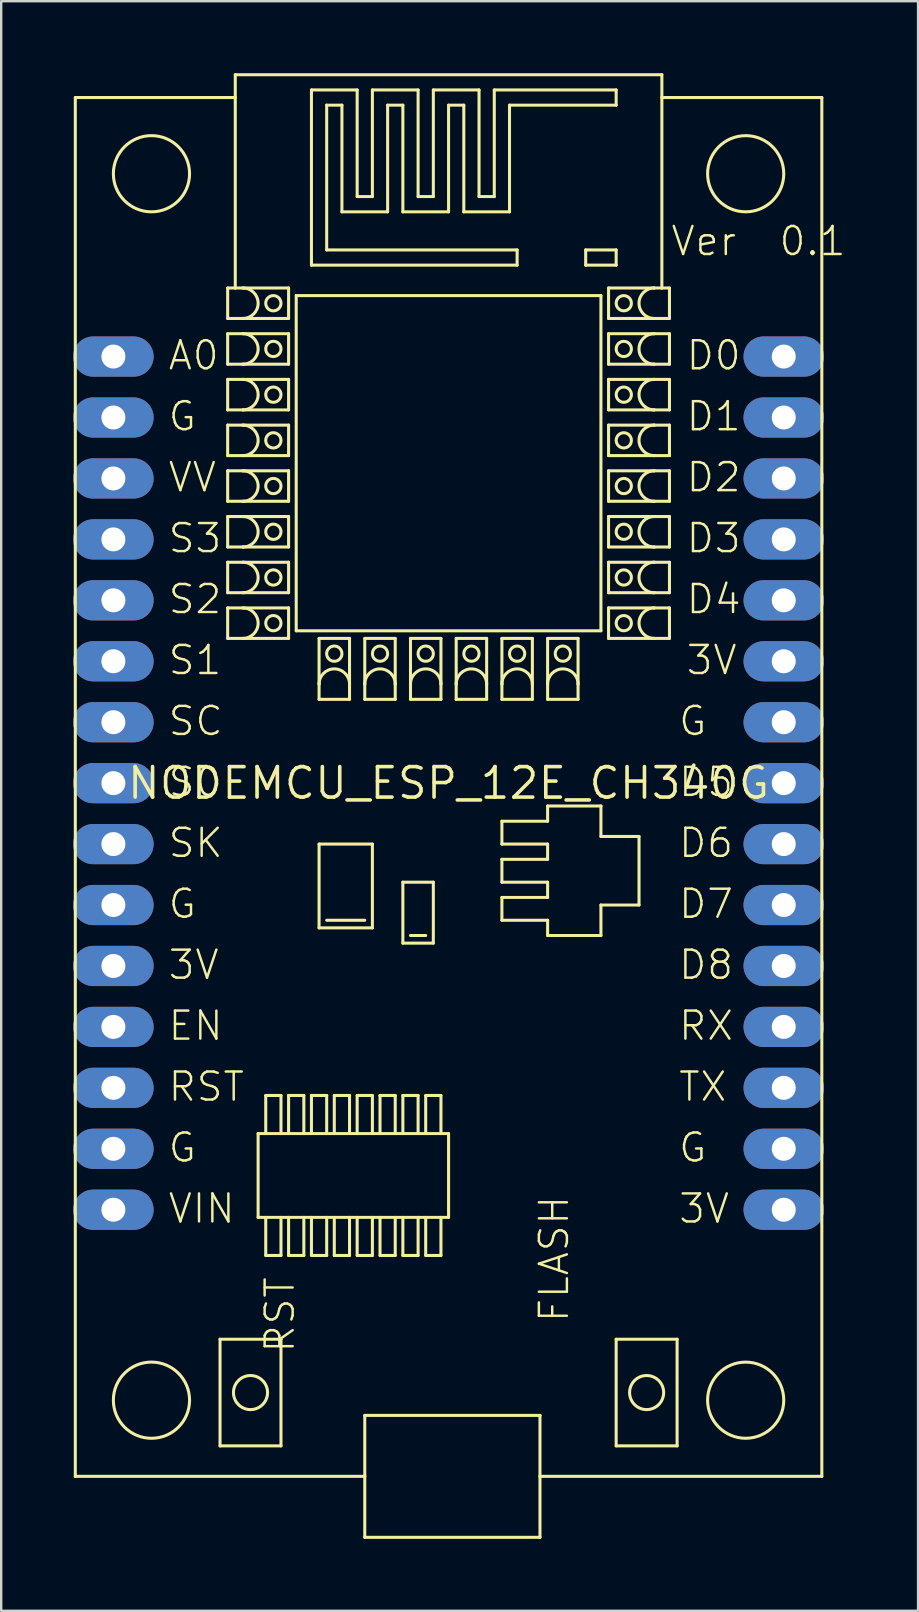
<source format=kicad_pcb>
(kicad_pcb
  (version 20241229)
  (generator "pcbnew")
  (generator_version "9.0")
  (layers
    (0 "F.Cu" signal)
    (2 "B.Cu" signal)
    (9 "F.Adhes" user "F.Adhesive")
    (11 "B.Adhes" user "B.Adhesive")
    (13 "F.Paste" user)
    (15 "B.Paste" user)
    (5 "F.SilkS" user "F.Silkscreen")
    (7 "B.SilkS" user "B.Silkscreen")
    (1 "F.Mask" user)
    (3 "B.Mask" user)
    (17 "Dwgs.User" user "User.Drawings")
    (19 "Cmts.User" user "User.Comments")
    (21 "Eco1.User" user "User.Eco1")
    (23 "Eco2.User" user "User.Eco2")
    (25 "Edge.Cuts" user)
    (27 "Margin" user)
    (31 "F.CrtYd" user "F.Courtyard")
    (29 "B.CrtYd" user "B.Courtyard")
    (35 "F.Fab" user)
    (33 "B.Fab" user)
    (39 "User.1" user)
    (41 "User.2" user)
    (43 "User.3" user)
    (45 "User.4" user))
  (footprint "NODEMCU_ESP_12E_CH340G"
    (layer "F.Cu")
    (at 15.646 29.591)
    (property "Reference" "NODEMCU_ESP_12E_CH340G" (at 0 0 0) (layer "F.SilkS") (effects (font (size 1.27 1.27) (thickness 0.15))))
    (fp_line (start -15.557 -28.575) (end -8.89 -28.575) (stroke (width 0.127) (type solid)) (layer "F.SilkS"))
    (fp_line (start -15.557 28.892) (end -15.557 -28.575) (stroke (width 0.127) (type solid)) (layer "F.SilkS"))
    (fp_line (start -9.525 23.177) (end -6.985 23.177) (stroke (width 0.127) (type solid)) (layer "F.SilkS"))
    (fp_line (start -9.525 27.622) (end -9.525 23.177) (stroke (width 0.127) (type solid)) (layer "F.SilkS"))
    (fp_line (start -9.207 -20.637) (end -8.89 -20.637) (stroke (width 0.127) (type solid)) (layer "F.SilkS"))
    (fp_line (start -9.207 -19.367) (end -9.207 -20.637) (stroke (width 0.127) (type solid)) (layer "F.SilkS"))
    (fp_line (start -9.207 -18.733) (end -8.572 -18.733) (stroke (width 0.127) (type solid)) (layer "F.SilkS"))
    (fp_line (start -9.207 -17.462) (end -9.207 -18.733) (stroke (width 0.127) (type solid)) (layer "F.SilkS"))
    (fp_line (start -9.207 -16.828) (end -8.572 -16.828) (stroke (width 0.127) (type solid)) (layer "F.SilkS"))
    (fp_line (start -9.207 -15.557) (end -9.207 -16.828) (stroke (width 0.127) (type solid)) (layer "F.SilkS"))
    (fp_line (start -9.207 -14.922) (end -8.572 -14.922) (stroke (width 0.127) (type solid)) (layer "F.SilkS"))
    (fp_line (start -9.207 -13.652) (end -9.207 -14.922) (stroke (width 0.127) (type solid)) (layer "F.SilkS"))
    (fp_line (start -9.207 -13.018) (end -8.572 -13.018) (stroke (width 0.127) (type solid)) (layer "F.SilkS"))
    (fp_line (start -9.207 -11.748) (end -9.207 -13.018) (stroke (width 0.127) (type solid)) (layer "F.SilkS"))
    (fp_line (start -9.207 -11.113) (end -8.572 -11.113) (stroke (width 0.127) (type solid)) (layer "F.SilkS"))
    (fp_line (start -9.207 -9.842) (end -9.207 -11.113) (stroke (width 0.127) (type solid)) (layer "F.SilkS"))
    (fp_line (start -9.207 -9.207) (end -8.572 -9.207) (stroke (width 0.127) (type solid)) (layer "F.SilkS"))
    (fp_line (start -9.207 -7.938) (end -9.207 -9.207) (stroke (width 0.127) (type solid)) (layer "F.SilkS"))
    (fp_line (start -9.207 -7.303) (end -8.572 -7.303) (stroke (width 0.127) (type solid)) (layer "F.SilkS"))
    (fp_line (start -9.207 -6.032) (end -9.207 -7.303) (stroke (width 0.127) (type solid)) (layer "F.SilkS"))
    (fp_line (start -8.89 -29.527) (end 8.89 -29.527) (stroke (width 0.127) (type solid)) (layer "F.SilkS"))
    (fp_line (start -8.89 -28.575) (end -8.89 -29.527) (stroke (width 0.127) (type solid)) (layer "F.SilkS"))
    (fp_line (start -8.89 -28.575) (end -8.89 -20.637) (stroke (width 0.127) (type solid)) (layer "F.SilkS"))
    (fp_line (start -8.89 -20.637) (end -8.572 -20.637) (stroke (width 0.127) (type solid)) (layer "F.SilkS"))
    (fp_line (start -8.572 -19.367) (end -9.207 -19.367) (stroke (width 0.127) (type solid)) (layer "F.SilkS"))
    (fp_line (start -8.572 -17.462) (end -9.207 -17.462) (stroke (width 0.127) (type solid)) (layer "F.SilkS"))
    (fp_line (start -8.572 -15.557) (end -9.207 -15.557) (stroke (width 0.127) (type solid)) (layer "F.SilkS"))
    (fp_line (start -8.572 -13.652) (end -9.207 -13.652) (stroke (width 0.127) (type solid)) (layer "F.SilkS"))
    (fp_line (start -8.572 -11.748) (end -9.207 -11.748) (stroke (width 0.127) (type solid)) (layer "F.SilkS"))
    (fp_line (start -8.572 -9.842) (end -9.207 -9.842) (stroke (width 0.127) (type solid)) (layer "F.SilkS"))
    (fp_line (start -8.572 -7.938) (end -9.207 -7.938) (stroke (width 0.127) (type solid)) (layer "F.SilkS"))
    (fp_line (start -8.572 -6.032) (end -9.207 -6.032) (stroke (width 0.127) (type solid)) (layer "F.SilkS"))
    (fp_line (start -7.938 14.605) (end 0 14.605) (stroke (width 0.127) (type solid)) (layer "F.SilkS"))
    (fp_line (start -7.938 18.098) (end -7.938 14.605) (stroke (width 0.127) (type solid)) (layer "F.SilkS"))
    (fp_line (start -7.62 13.018) (end -6.985 13.018) (stroke (width 0.127) (type solid)) (layer "F.SilkS"))
    (fp_line (start -7.62 14.605) (end -7.62 13.018) (stroke (width 0.127) (type solid)) (layer "F.SilkS"))
    (fp_line (start -7.62 19.685) (end -7.62 18.098) (stroke (width 0.127) (type solid)) (layer "F.SilkS"))
    (fp_line (start -6.985 13.018) (end -6.985 14.605) (stroke (width 0.127) (type solid)) (layer "F.SilkS"))
    (fp_line (start -6.985 18.098) (end -6.985 19.685) (stroke (width 0.127) (type solid)) (layer "F.SilkS"))
    (fp_line (start -6.985 19.685) (end -7.62 19.685) (stroke (width 0.127) (type solid)) (layer "F.SilkS"))
    (fp_line (start -6.985 23.177) (end -6.985 27.622) (stroke (width 0.127) (type solid)) (layer "F.SilkS"))
    (fp_line (start -6.985 27.622) (end -9.525 27.622) (stroke (width 0.127) (type solid)) (layer "F.SilkS"))
    (fp_line (start -6.668 -20.637) (end -8.572 -20.637) (stroke (width 0.127) (type solid)) (layer "F.SilkS"))
    (fp_line (start -6.668 -20.637) (end -6.668 -19.367) (stroke (width 0.127) (type solid)) (layer "F.SilkS"))
    (fp_line (start -6.668 -19.367) (end -8.572 -19.367) (stroke (width 0.127) (type solid)) (layer "F.SilkS"))
    (fp_line (start -6.668 -18.733) (end -8.572 -18.733) (stroke (width 0.127) (type solid)) (layer "F.SilkS"))
    (fp_line (start -6.668 -18.733) (end -6.668 -17.462) (stroke (width 0.127) (type solid)) (layer "F.SilkS"))
    (fp_line (start -6.668 -17.462) (end -8.572 -17.462) (stroke (width 0.127) (type solid)) (layer "F.SilkS"))
    (fp_line (start -6.668 -16.828) (end -8.572 -16.828) (stroke (width 0.127) (type solid)) (layer "F.SilkS"))
    (fp_line (start -6.668 -16.828) (end -6.668 -15.557) (stroke (width 0.127) (type solid)) (layer "F.SilkS"))
    (fp_line (start -6.668 -15.557) (end -8.572 -15.557) (stroke (width 0.127) (type solid)) (layer "F.SilkS"))
    (fp_line (start -6.668 -14.922) (end -8.572 -14.922) (stroke (width 0.127) (type solid)) (layer "F.SilkS"))
    (fp_line (start -6.668 -14.922) (end -6.668 -13.652) (stroke (width 0.127) (type solid)) (layer "F.SilkS"))
    (fp_line (start -6.668 -13.652) (end -8.572 -13.652) (stroke (width 0.127) (type solid)) (layer "F.SilkS"))
    (fp_line (start -6.668 -13.018) (end -8.572 -13.018) (stroke (width 0.127) (type solid)) (layer "F.SilkS"))
    (fp_line (start -6.668 -13.018) (end -6.668 -11.748) (stroke (width 0.127) (type solid)) (layer "F.SilkS"))
    (fp_line (start -6.668 -11.748) (end -8.572 -11.748) (stroke (width 0.127) (type solid)) (layer "F.SilkS"))
    (fp_line (start -6.668 -11.113) (end -8.572 -11.113) (stroke (width 0.127) (type solid)) (layer "F.SilkS"))
    (fp_line (start -6.668 -11.113) (end -6.668 -9.842) (stroke (width 0.127) (type solid)) (layer "F.SilkS"))
    (fp_line (start -6.668 -9.842) (end -8.572 -9.842) (stroke (width 0.127) (type solid)) (layer "F.SilkS"))
    (fp_line (start -6.668 -9.207) (end -8.572 -9.207) (stroke (width 0.127) (type solid)) (layer "F.SilkS"))
    (fp_line (start -6.668 -9.207) (end -6.668 -7.938) (stroke (width 0.127) (type solid)) (layer "F.SilkS"))
    (fp_line (start -6.668 -7.938) (end -8.572 -7.938) (stroke (width 0.127) (type solid)) (layer "F.SilkS"))
    (fp_line (start -6.668 -7.303) (end -8.572 -7.303) (stroke (width 0.127) (type solid)) (layer "F.SilkS"))
    (fp_line (start -6.668 -7.303) (end -6.668 -6.032) (stroke (width 0.127) (type solid)) (layer "F.SilkS"))
    (fp_line (start -6.668 -6.032) (end -8.572 -6.032) (stroke (width 0.127) (type solid)) (layer "F.SilkS"))
    (fp_line (start -6.668 13.018) (end -6.032 13.018) (stroke (width 0.127) (type solid)) (layer "F.SilkS"))
    (fp_line (start -6.668 14.605) (end -6.668 13.018) (stroke (width 0.127) (type solid)) (layer "F.SilkS"))
    (fp_line (start -6.668 19.685) (end -6.668 18.098) (stroke (width 0.127) (type solid)) (layer "F.SilkS"))
    (fp_line (start -6.35 -20.32) (end -6.35 -6.35) (stroke (width 0.127) (type solid)) (layer "F.SilkS"))
    (fp_line (start -6.35 -6.35) (end 6.35 -6.35) (stroke (width 0.127) (type solid)) (layer "F.SilkS"))
    (fp_line (start -6.032 13.018) (end -6.032 14.605) (stroke (width 0.127) (type solid)) (layer "F.SilkS"))
    (fp_line (start -6.032 18.098) (end -6.032 19.685) (stroke (width 0.127) (type solid)) (layer "F.SilkS"))
    (fp_line (start -6.032 19.685) (end -6.668 19.685) (stroke (width 0.127) (type solid)) (layer "F.SilkS"))
    (fp_line (start -5.715 -28.892) (end -3.81 -28.892) (stroke (width 0.127) (type solid)) (layer "F.SilkS"))
    (fp_line (start -5.715 -21.59) (end -5.715 -28.892) (stroke (width 0.127) (type solid)) (layer "F.SilkS"))
    (fp_line (start -5.715 13.018) (end -5.08 13.018) (stroke (width 0.127) (type solid)) (layer "F.SilkS"))
    (fp_line (start -5.715 14.605) (end -5.715 13.018) (stroke (width 0.127) (type solid)) (layer "F.SilkS"))
    (fp_line (start -5.715 19.685) (end -5.715 18.098) (stroke (width 0.127) (type solid)) (layer "F.SilkS"))
    (fp_line (start -5.397 -6.032) (end -5.397 -4.128) (stroke (width 0.127) (type solid)) (layer "F.SilkS"))
    (fp_line (start -5.397 -6.032) (end -4.128 -6.032) (stroke (width 0.127) (type solid)) (layer "F.SilkS"))
    (fp_line (start -5.397 -3.493) (end -5.397 -4.128) (stroke (width 0.127) (type solid)) (layer "F.SilkS"))
    (fp_line (start -5.397 2.54) (end -5.397 6.032) (stroke (width 0.127) (type solid)) (layer "F.SilkS"))
    (fp_line (start -5.397 6.032) (end -3.175 6.032) (stroke (width 0.127) (type solid)) (layer "F.SilkS"))
    (fp_line (start -5.08 -28.258) (end -5.08 -22.225) (stroke (width 0.127) (type solid)) (layer "F.SilkS"))
    (fp_line (start -5.08 -22.225) (end 2.857 -22.225) (stroke (width 0.127) (type solid)) (layer "F.SilkS"))
    (fp_line (start -5.08 5.715) (end -3.493 5.715) (stroke (width 0.127) (type solid)) (layer "F.SilkS"))
    (fp_line (start -5.08 13.018) (end -5.08 14.605) (stroke (width 0.127) (type solid)) (layer "F.SilkS"))
    (fp_line (start -5.08 18.098) (end -5.08 19.685) (stroke (width 0.127) (type solid)) (layer "F.SilkS"))
    (fp_line (start -5.08 19.685) (end -5.715 19.685) (stroke (width 0.127) (type solid)) (layer "F.SilkS"))
    (fp_line (start -4.763 13.018) (end -4.128 13.018) (stroke (width 0.127) (type solid)) (layer "F.SilkS"))
    (fp_line (start -4.763 14.605) (end -4.763 13.018) (stroke (width 0.127) (type solid)) (layer "F.SilkS"))
    (fp_line (start -4.763 19.685) (end -4.763 18.098) (stroke (width 0.127) (type solid)) (layer "F.SilkS"))
    (fp_line (start -4.445 -28.258) (end -5.08 -28.258) (stroke (width 0.127) (type solid)) (layer "F.SilkS"))
    (fp_line (start -4.445 -23.812) (end -4.445 -28.258) (stroke (width 0.127) (type solid)) (layer "F.SilkS"))
    (fp_line (start -4.128 -6.032) (end -4.128 -4.128) (stroke (width 0.127) (type solid)) (layer "F.SilkS"))
    (fp_line (start -4.128 -4.128) (end -4.128 -3.493) (stroke (width 0.127) (type solid)) (layer "F.SilkS"))
    (fp_line (start -4.128 -3.493) (end -5.397 -3.493) (stroke (width 0.127) (type solid)) (layer "F.SilkS"))
    (fp_line (start -4.128 13.018) (end -4.128 14.605) (stroke (width 0.127) (type solid)) (layer "F.SilkS"))
    (fp_line (start -4.128 18.098) (end -4.128 19.685) (stroke (width 0.127) (type solid)) (layer "F.SilkS"))
    (fp_line (start -4.128 19.685) (end -4.763 19.685) (stroke (width 0.127) (type solid)) (layer "F.SilkS"))
    (fp_line (start -3.81 -28.892) (end -3.81 -24.448) (stroke (width 0.127) (type solid)) (layer "F.SilkS"))
    (fp_line (start -3.81 -24.448) (end -3.175 -24.448) (stroke (width 0.127) (type solid)) (layer "F.SilkS"))
    (fp_line (start -3.81 13.018) (end -3.175 13.018) (stroke (width 0.127) (type solid)) (layer "F.SilkS"))
    (fp_line (start -3.81 14.605) (end -3.81 13.018) (stroke (width 0.127) (type solid)) (layer "F.SilkS"))
    (fp_line (start -3.81 19.685) (end -3.81 18.098) (stroke (width 0.127) (type solid)) (layer "F.SilkS"))
    (fp_line (start -3.493 -6.032) (end -3.493 -4.128) (stroke (width 0.127) (type solid)) (layer "F.SilkS"))
    (fp_line (start -3.493 -6.032) (end -2.223 -6.032) (stroke (width 0.127) (type solid)) (layer "F.SilkS"))
    (fp_line (start -3.493 -3.493) (end -3.493 -4.128) (stroke (width 0.127) (type solid)) (layer "F.SilkS"))
    (fp_line (start -3.493 26.352) (end 3.81 26.352) (stroke (width 0.127) (type solid)) (layer "F.SilkS"))
    (fp_line (start -3.493 28.892) (end -15.557 28.892) (stroke (width 0.127) (type solid)) (layer "F.SilkS"))
    (fp_line (start -3.493 28.892) (end -3.493 26.352) (stroke (width 0.127) (type solid)) (layer "F.SilkS"))
    (fp_line (start -3.493 31.433) (end -3.493 28.892) (stroke (width 0.127) (type solid)) (layer "F.SilkS"))
    (fp_line (start -3.493 31.433) (end 3.81 31.433) (stroke (width 0.127) (type solid)) (layer "F.SilkS"))
    (fp_line (start -3.175 -28.892) (end -1.27 -28.892) (stroke (width 0.127) (type solid)) (layer "F.SilkS"))
    (fp_line (start -3.175 -24.448) (end -3.175 -28.892) (stroke (width 0.127) (type solid)) (layer "F.SilkS"))
    (fp_line (start -3.175 2.54) (end -5.397 2.54) (stroke (width 0.127) (type solid)) (layer "F.SilkS"))
    (fp_line (start -3.175 6.032) (end -3.175 2.54) (stroke (width 0.127) (type solid)) (layer "F.SilkS"))
    (fp_line (start -3.175 13.018) (end -3.175 14.605) (stroke (width 0.127) (type solid)) (layer "F.SilkS"))
    (fp_line (start -3.175 18.098) (end -3.175 19.685) (stroke (width 0.127) (type solid)) (layer "F.SilkS"))
    (fp_line (start -3.175 19.685) (end -3.81 19.685) (stroke (width 0.127) (type solid)) (layer "F.SilkS"))
    (fp_line (start -2.857 13.018) (end -2.223 13.018) (stroke (width 0.127) (type solid)) (layer "F.SilkS"))
    (fp_line (start -2.857 14.605) (end -2.857 13.018) (stroke (width 0.127) (type solid)) (layer "F.SilkS"))
    (fp_line (start -2.857 19.685) (end -2.857 18.098) (stroke (width 0.127) (type solid)) (layer "F.SilkS"))
    (fp_line (start -2.54 -28.258) (end -2.54 -23.812) (stroke (width 0.127) (type solid)) (layer "F.SilkS"))
    (fp_line (start -2.54 -23.812) (end -4.445 -23.812) (stroke (width 0.127) (type solid)) (layer "F.SilkS"))
    (fp_line (start -2.223 -6.032) (end -2.223 -4.128) (stroke (width 0.127) (type solid)) (layer "F.SilkS"))
    (fp_line (start -2.223 -4.128) (end -2.223 -3.493) (stroke (width 0.127) (type solid)) (layer "F.SilkS"))
    (fp_line (start -2.223 -3.493) (end -3.493 -3.493) (stroke (width 0.127) (type solid)) (layer "F.SilkS"))
    (fp_line (start -2.223 13.018) (end -2.223 14.605) (stroke (width 0.127) (type solid)) (layer "F.SilkS"))
    (fp_line (start -2.223 18.098) (end -2.223 19.685) (stroke (width 0.127) (type solid)) (layer "F.SilkS"))
    (fp_line (start -2.223 19.685) (end -2.857 19.685) (stroke (width 0.127) (type solid)) (layer "F.SilkS"))
    (fp_line (start -1.905 -28.258) (end -2.54 -28.258) (stroke (width 0.127) (type solid)) (layer "F.SilkS"))
    (fp_line (start -1.905 -23.812) (end -1.905 -28.258) (stroke (width 0.127) (type solid)) (layer "F.SilkS"))
    (fp_line (start -1.905 4.128) (end -1.905 6.668) (stroke (width 0.127) (type solid)) (layer "F.SilkS"))
    (fp_line (start -1.905 6.668) (end -0.635 6.668) (stroke (width 0.127) (type solid)) (layer "F.SilkS"))
    (fp_line (start -1.905 13.018) (end -1.27 13.018) (stroke (width 0.127) (type solid)) (layer "F.SilkS"))
    (fp_line (start -1.905 14.605) (end -1.905 13.018) (stroke (width 0.127) (type solid)) (layer "F.SilkS"))
    (fp_line (start -1.905 19.685) (end -1.905 18.098) (stroke (width 0.127) (type solid)) (layer "F.SilkS"))
    (fp_line (start -1.587 -6.032) (end -1.587 -4.128) (stroke (width 0.127) (type solid)) (layer "F.SilkS"))
    (fp_line (start -1.587 -6.032) (end -0.318 -6.032) (stroke (width 0.127) (type solid)) (layer "F.SilkS"))
    (fp_line (start -1.587 -3.493) (end -1.587 -4.128) (stroke (width 0.127) (type solid)) (layer "F.SilkS"))
    (fp_line (start -1.587 6.35) (end -0.953 6.35) (stroke (width 0.127) (type solid)) (layer "F.SilkS"))
    (fp_line (start -1.27 -28.892) (end -1.27 -24.448) (stroke (width 0.127) (type solid)) (layer "F.SilkS"))
    (fp_line (start -1.27 -24.448) (end -0.635 -24.448) (stroke (width 0.127) (type solid)) (layer "F.SilkS"))
    (fp_line (start -1.27 13.018) (end -1.27 14.605) (stroke (width 0.127) (type solid)) (layer "F.SilkS"))
    (fp_line (start -1.27 18.098) (end -1.27 19.685) (stroke (width 0.127) (type solid)) (layer "F.SilkS"))
    (fp_line (start -1.27 19.685) (end -1.905 19.685) (stroke (width 0.127) (type solid)) (layer "F.SilkS"))
    (fp_line (start -0.953 13.018) (end -0.318 13.018) (stroke (width 0.127) (type solid)) (layer "F.SilkS"))
    (fp_line (start -0.953 14.605) (end -0.953 13.018) (stroke (width 0.127) (type solid)) (layer "F.SilkS"))
    (fp_line (start -0.953 19.685) (end -0.953 18.098) (stroke (width 0.127) (type solid)) (layer "F.SilkS"))
    (fp_line (start -0.635 -28.892) (end 1.27 -28.892) (stroke (width 0.127) (type solid)) (layer "F.SilkS"))
    (fp_line (start -0.635 -24.448) (end -0.635 -28.892) (stroke (width 0.127) (type solid)) (layer "F.SilkS"))
    (fp_line (start -0.635 4.128) (end -1.905 4.128) (stroke (width 0.127) (type solid)) (layer "F.SilkS"))
    (fp_line (start -0.635 6.668) (end -0.635 4.128) (stroke (width 0.127) (type solid)) (layer "F.SilkS"))
    (fp_line (start -0.318 -6.032) (end -0.318 -4.128) (stroke (width 0.127) (type solid)) (layer "F.SilkS"))
    (fp_line (start -0.318 -4.128) (end -0.318 -3.493) (stroke (width 0.127) (type solid)) (layer "F.SilkS"))
    (fp_line (start -0.318 -3.493) (end -1.587 -3.493) (stroke (width 0.127) (type solid)) (layer "F.SilkS"))
    (fp_line (start -0.318 13.018) (end -0.318 14.605) (stroke (width 0.127) (type solid)) (layer "F.SilkS"))
    (fp_line (start -0.318 18.098) (end -0.318 19.685) (stroke (width 0.127) (type solid)) (layer "F.SilkS"))
    (fp_line (start -0.318 19.685) (end -0.953 19.685) (stroke (width 0.127) (type solid)) (layer "F.SilkS"))
    (fp_line (start 0 -28.258) (end 0 -23.812) (stroke (width 0.127) (type solid)) (layer "F.SilkS"))
    (fp_line (start 0 -23.812) (end -1.905 -23.812) (stroke (width 0.127) (type solid)) (layer "F.SilkS"))
    (fp_line (start 0 14.605) (end 0 18.098) (stroke (width 0.127) (type solid)) (layer "F.SilkS"))
    (fp_line (start 0 18.098) (end -7.938 18.098) (stroke (width 0.127) (type solid)) (layer "F.SilkS"))
    (fp_line (start 0.318 -6.032) (end 0.318 -4.128) (stroke (width 0.127) (type solid)) (layer "F.SilkS"))
    (fp_line (start 0.318 -6.032) (end 1.587 -6.032) (stroke (width 0.127) (type solid)) (layer "F.SilkS"))
    (fp_line (start 0.318 -3.493) (end 0.318 -4.128) (stroke (width 0.127) (type solid)) (layer "F.SilkS"))
    (fp_line (start 0.635 -28.258) (end 0 -28.258) (stroke (width 0.127) (type solid)) (layer "F.SilkS"))
    (fp_line (start 0.635 -23.812) (end 0.635 -28.258) (stroke (width 0.127) (type solid)) (layer "F.SilkS"))
    (fp_line (start 1.27 -28.892) (end 1.27 -24.448) (stroke (width 0.127) (type solid)) (layer "F.SilkS"))
    (fp_line (start 1.27 -24.448) (end 1.905 -24.448) (stroke (width 0.127) (type solid)) (layer "F.SilkS"))
    (fp_line (start 1.587 -6.032) (end 1.587 -4.128) (stroke (width 0.127) (type solid)) (layer "F.SilkS"))
    (fp_line (start 1.587 -4.128) (end 1.587 -3.493) (stroke (width 0.127) (type solid)) (layer "F.SilkS"))
    (fp_line (start 1.587 -3.493) (end 0.318 -3.493) (stroke (width 0.127) (type solid)) (layer "F.SilkS"))
    (fp_line (start 1.905 -28.892) (end 6.985 -28.892) (stroke (width 0.127) (type solid)) (layer "F.SilkS"))
    (fp_line (start 1.905 -24.448) (end 1.905 -28.892) (stroke (width 0.127) (type solid)) (layer "F.SilkS"))
    (fp_line (start 2.223 -6.032) (end 2.223 -4.128) (stroke (width 0.127) (type solid)) (layer "F.SilkS"))
    (fp_line (start 2.223 -6.032) (end 3.493 -6.032) (stroke (width 0.127) (type solid)) (layer "F.SilkS"))
    (fp_line (start 2.223 -3.493) (end 2.223 -4.128) (stroke (width 0.127) (type solid)) (layer "F.SilkS"))
    (fp_line (start 2.223 1.587) (end 4.128 1.587) (stroke (width 0.127) (type solid)) (layer "F.SilkS"))
    (fp_line (start 2.223 2.54) (end 2.223 1.587) (stroke (width 0.127) (type solid)) (layer "F.SilkS"))
    (fp_line (start 2.223 3.175) (end 4.128 3.175) (stroke (width 0.127) (type solid)) (layer "F.SilkS"))
    (fp_line (start 2.223 4.128) (end 2.223 3.175) (stroke (width 0.127) (type solid)) (layer "F.SilkS"))
    (fp_line (start 2.223 4.763) (end 4.128 4.763) (stroke (width 0.127) (type solid)) (layer "F.SilkS"))
    (fp_line (start 2.223 5.715) (end 2.223 4.763) (stroke (width 0.127) (type solid)) (layer "F.SilkS"))
    (fp_line (start 2.54 -28.258) (end 2.54 -23.812) (stroke (width 0.127) (type solid)) (layer "F.SilkS"))
    (fp_line (start 2.54 -23.812) (end 0.635 -23.812) (stroke (width 0.127) (type solid)) (layer "F.SilkS"))
    (fp_line (start 2.857 -22.225) (end 2.857 -21.59) (stroke (width 0.127) (type solid)) (layer "F.SilkS"))
    (fp_line (start 2.857 -21.59) (end -5.715 -21.59) (stroke (width 0.127) (type solid)) (layer "F.SilkS"))
    (fp_line (start 3.493 -6.032) (end 3.493 -4.128) (stroke (width 0.127) (type solid)) (layer "F.SilkS"))
    (fp_line (start 3.493 -4.128) (end 3.493 -3.493) (stroke (width 0.127) (type solid)) (layer "F.SilkS"))
    (fp_line (start 3.493 -3.493) (end 2.223 -3.493) (stroke (width 0.127) (type solid)) (layer "F.SilkS"))
    (fp_line (start 3.81 26.352) (end 3.81 28.892) (stroke (width 0.127) (type solid)) (layer "F.SilkS"))
    (fp_line (start 3.81 28.892) (end 3.81 31.433) (stroke (width 0.127) (type solid)) (layer "F.SilkS"))
    (fp_line (start 4.128 -6.032) (end 4.128 -4.128) (stroke (width 0.127) (type solid)) (layer "F.SilkS"))
    (fp_line (start 4.128 -6.032) (end 5.397 -6.032) (stroke (width 0.127) (type solid)) (layer "F.SilkS"))
    (fp_line (start 4.128 -3.493) (end 4.128 -4.128) (stroke (width 0.127) (type solid)) (layer "F.SilkS"))
    (fp_line (start 4.128 0.953) (end 6.35 0.953) (stroke (width 0.127) (type solid)) (layer "F.SilkS"))
    (fp_line (start 4.128 1.587) (end 4.128 0.953) (stroke (width 0.127) (type solid)) (layer "F.SilkS"))
    (fp_line (start 4.128 2.54) (end 2.223 2.54) (stroke (width 0.127) (type solid)) (layer "F.SilkS"))
    (fp_line (start 4.128 3.175) (end 4.128 2.54) (stroke (width 0.127) (type solid)) (layer "F.SilkS"))
    (fp_line (start 4.128 4.128) (end 2.223 4.128) (stroke (width 0.127) (type solid)) (layer "F.SilkS"))
    (fp_line (start 4.128 4.763) (end 4.128 4.128) (stroke (width 0.127) (type solid)) (layer "F.SilkS"))
    (fp_line (start 4.128 5.715) (end 2.223 5.715) (stroke (width 0.127) (type solid)) (layer "F.SilkS"))
    (fp_line (start 4.128 6.35) (end 4.128 5.715) (stroke (width 0.127) (type solid)) (layer "F.SilkS"))
    (fp_line (start 5.397 -6.032) (end 5.397 -4.128) (stroke (width 0.127) (type solid)) (layer "F.SilkS"))
    (fp_line (start 5.397 -4.128) (end 5.397 -3.493) (stroke (width 0.127) (type solid)) (layer "F.SilkS"))
    (fp_line (start 5.397 -3.493) (end 4.128 -3.493) (stroke (width 0.127) (type solid)) (layer "F.SilkS"))
    (fp_line (start 5.715 -22.225) (end 5.715 -21.59) (stroke (width 0.127) (type solid)) (layer "F.SilkS"))
    (fp_line (start 5.715 -21.59) (end 6.985 -21.59) (stroke (width 0.127) (type solid)) (layer "F.SilkS"))
    (fp_line (start 6.35 -20.32) (end -6.35 -20.32) (stroke (width 0.127) (type solid)) (layer "F.SilkS"))
    (fp_line (start 6.35 -6.35) (end 6.35 -20.32) (stroke (width 0.127) (type solid)) (layer "F.SilkS"))
    (fp_line (start 6.35 0.953) (end 6.35 2.223) (stroke (width 0.127) (type solid)) (layer "F.SilkS"))
    (fp_line (start 6.35 2.223) (end 7.938 2.223) (stroke (width 0.127) (type solid)) (layer "F.SilkS"))
    (fp_line (start 6.35 5.08) (end 6.35 6.35) (stroke (width 0.127) (type solid)) (layer "F.SilkS"))
    (fp_line (start 6.35 6.35) (end 4.128 6.35) (stroke (width 0.127) (type solid)) (layer "F.SilkS"))
    (fp_line (start 6.668 -20.637) (end 8.572 -20.637) (stroke (width 0.127) (type solid)) (layer "F.SilkS"))
    (fp_line (start 6.668 -19.367) (end 6.668 -20.637) (stroke (width 0.127) (type solid)) (layer "F.SilkS"))
    (fp_line (start 6.668 -19.367) (end 8.572 -19.367) (stroke (width 0.127) (type solid)) (layer "F.SilkS"))
    (fp_line (start 6.668 -18.733) (end 8.572 -18.733) (stroke (width 0.127) (type solid)) (layer "F.SilkS"))
    (fp_line (start 6.668 -17.462) (end 6.668 -18.733) (stroke (width 0.127) (type solid)) (layer "F.SilkS"))
    (fp_line (start 6.668 -17.462) (end 8.572 -17.462) (stroke (width 0.127) (type solid)) (layer "F.SilkS"))
    (fp_line (start 6.668 -16.828) (end 8.572 -16.828) (stroke (width 0.127) (type solid)) (layer "F.SilkS"))
    (fp_line (start 6.668 -15.557) (end 6.668 -16.828) (stroke (width 0.127) (type solid)) (layer "F.SilkS"))
    (fp_line (start 6.668 -15.557) (end 8.572 -15.557) (stroke (width 0.127) (type solid)) (layer "F.SilkS"))
    (fp_line (start 6.668 -14.922) (end 8.572 -14.922) (stroke (width 0.127) (type solid)) (layer "F.SilkS"))
    (fp_line (start 6.668 -13.652) (end 6.668 -14.922) (stroke (width 0.127) (type solid)) (layer "F.SilkS"))
    (fp_line (start 6.668 -13.652) (end 8.572 -13.652) (stroke (width 0.127) (type solid)) (layer "F.SilkS"))
    (fp_line (start 6.668 -13.018) (end 8.572 -13.018) (stroke (width 0.127) (type solid)) (layer "F.SilkS"))
    (fp_line (start 6.668 -11.748) (end 6.668 -13.018) (stroke (width 0.127) (type solid)) (layer "F.SilkS"))
    (fp_line (start 6.668 -11.748) (end 8.572 -11.748) (stroke (width 0.127) (type solid)) (layer "F.SilkS"))
    (fp_line (start 6.668 -11.113) (end 8.572 -11.113) (stroke (width 0.127) (type solid)) (layer "F.SilkS"))
    (fp_line (start 6.668 -9.842) (end 6.668 -11.113) (stroke (width 0.127) (type solid)) (layer "F.SilkS"))
    (fp_line (start 6.668 -9.842) (end 8.572 -9.842) (stroke (width 0.127) (type solid)) (layer "F.SilkS"))
    (fp_line (start 6.668 -9.207) (end 8.572 -9.207) (stroke (width 0.127) (type solid)) (layer "F.SilkS"))
    (fp_line (start 6.668 -7.938) (end 6.668 -9.207) (stroke (width 0.127) (type solid)) (layer "F.SilkS"))
    (fp_line (start 6.668 -7.938) (end 8.572 -7.938) (stroke (width 0.127) (type solid)) (layer "F.SilkS"))
    (fp_line (start 6.668 -7.303) (end 8.572 -7.303) (stroke (width 0.127) (type solid)) (layer "F.SilkS"))
    (fp_line (start 6.668 -6.032) (end 6.668 -7.303) (stroke (width 0.127) (type solid)) (layer "F.SilkS"))
    (fp_line (start 6.668 -6.032) (end 8.572 -6.032) (stroke (width 0.127) (type solid)) (layer "F.SilkS"))
    (fp_line (start 6.985 -28.892) (end 6.985 -28.258) (stroke (width 0.127) (type solid)) (layer "F.SilkS"))
    (fp_line (start 6.985 -28.258) (end 2.54 -28.258) (stroke (width 0.127) (type solid)) (layer "F.SilkS"))
    (fp_line (start 6.985 -22.225) (end 5.715 -22.225) (stroke (width 0.127) (type solid)) (layer "F.SilkS"))
    (fp_line (start 6.985 -21.59) (end 6.985 -22.225) (stroke (width 0.127) (type solid)) (layer "F.SilkS"))
    (fp_line (start 6.985 23.177) (end 9.525 23.177) (stroke (width 0.127) (type solid)) (layer "F.SilkS"))
    (fp_line (start 6.985 27.622) (end 6.985 23.177) (stroke (width 0.127) (type solid)) (layer "F.SilkS"))
    (fp_line (start 7.938 2.223) (end 7.938 5.08) (stroke (width 0.127) (type solid)) (layer "F.SilkS"))
    (fp_line (start 7.938 5.08) (end 6.35 5.08) (stroke (width 0.127) (type solid)) (layer "F.SilkS"))
    (fp_line (start 8.572 -20.637) (end 8.89 -20.637) (stroke (width 0.127) (type solid)) (layer "F.SilkS"))
    (fp_line (start 8.572 -18.733) (end 9.207 -18.733) (stroke (width 0.127) (type solid)) (layer "F.SilkS"))
    (fp_line (start 8.572 -16.828) (end 9.207 -16.828) (stroke (width 0.127) (type solid)) (layer "F.SilkS"))
    (fp_line (start 8.572 -14.922) (end 9.207 -14.922) (stroke (width 0.127) (type solid)) (layer "F.SilkS"))
    (fp_line (start 8.572 -13.018) (end 9.207 -13.018) (stroke (width 0.127) (type solid)) (layer "F.SilkS"))
    (fp_line (start 8.572 -11.113) (end 9.207 -11.113) (stroke (width 0.127) (type solid)) (layer "F.SilkS"))
    (fp_line (start 8.572 -9.207) (end 9.207 -9.207) (stroke (width 0.127) (type solid)) (layer "F.SilkS"))
    (fp_line (start 8.572 -7.303) (end 9.207 -7.303) (stroke (width 0.127) (type solid)) (layer "F.SilkS"))
    (fp_line (start 8.89 -29.527) (end 8.89 -28.575) (stroke (width 0.127) (type solid)) (layer "F.SilkS"))
    (fp_line (start 8.89 -28.575) (end 8.89 -20.637) (stroke (width 0.127) (type solid)) (layer "F.SilkS"))
    (fp_line (start 8.89 -28.575) (end 15.557 -28.575) (stroke (width 0.127) (type solid)) (layer "F.SilkS"))
    (fp_line (start 8.89 -20.637) (end 9.207 -20.637) (stroke (width 0.127) (type solid)) (layer "F.SilkS"))
    (fp_line (start 9.207 -20.637) (end 9.207 -19.367) (stroke (width 0.127) (type solid)) (layer "F.SilkS"))
    (fp_line (start 9.207 -19.367) (end 8.572 -19.367) (stroke (width 0.127) (type solid)) (layer "F.SilkS"))
    (fp_line (start 9.207 -18.733) (end 9.207 -17.462) (stroke (width 0.127) (type solid)) (layer "F.SilkS"))
    (fp_line (start 9.207 -17.462) (end 8.572 -17.462) (stroke (width 0.127) (type solid)) (layer "F.SilkS"))
    (fp_line (start 9.207 -16.828) (end 9.207 -15.557) (stroke (width 0.127) (type solid)) (layer "F.SilkS"))
    (fp_line (start 9.207 -15.557) (end 8.572 -15.557) (stroke (width 0.127) (type solid)) (layer "F.SilkS"))
    (fp_line (start 9.207 -14.922) (end 9.207 -13.652) (stroke (width 0.127) (type solid)) (layer "F.SilkS"))
    (fp_line (start 9.207 -13.652) (end 8.572 -13.652) (stroke (width 0.127) (type solid)) (layer "F.SilkS"))
    (fp_line (start 9.207 -13.018) (end 9.207 -11.748) (stroke (width 0.127) (type solid)) (layer "F.SilkS"))
    (fp_line (start 9.207 -11.748) (end 8.572 -11.748) (stroke (width 0.127) (type solid)) (layer "F.SilkS"))
    (fp_line (start 9.207 -11.113) (end 9.207 -9.842) (stroke (width 0.127) (type solid)) (layer "F.SilkS"))
    (fp_line (start 9.207 -9.842) (end 8.572 -9.842) (stroke (width 0.127) (type solid)) (layer "F.SilkS"))
    (fp_line (start 9.207 -9.207) (end 9.207 -7.938) (stroke (width 0.127) (type solid)) (layer "F.SilkS"))
    (fp_line (start 9.207 -7.938) (end 8.572 -7.938) (stroke (width 0.127) (type solid)) (layer "F.SilkS"))
    (fp_line (start 9.207 -7.303) (end 9.207 -6.032) (stroke (width 0.127) (type solid)) (layer "F.SilkS"))
    (fp_line (start 9.207 -6.032) (end 8.572 -6.032) (stroke (width 0.127) (type solid)) (layer "F.SilkS"))
    (fp_line (start 9.525 23.177) (end 9.525 27.622) (stroke (width 0.127) (type solid)) (layer "F.SilkS"))
    (fp_line (start 9.525 27.622) (end 6.985 27.622) (stroke (width 0.127) (type solid)) (layer "F.SilkS"))
    (fp_line (start 15.557 -28.575) (end 15.557 28.892) (stroke (width 0.127) (type solid)) (layer "F.SilkS"))
    (fp_line (start 15.557 28.892) (end 3.81 28.892) (stroke (width 0.127) (type solid)) (layer "F.SilkS"))
    (fp_arc (start -8.5725 -20.6375) (mid -7.9375 -20.0025) (end -8.5725 -19.3675) (stroke (width 0.127) (type solid)) (layer "F.SilkS"))
    (fp_arc (start -8.5725 -18.7325) (mid -7.9375 -18.0975) (end -8.5725 -17.4625) (stroke (width 0.127) (type solid)) (layer "F.SilkS"))
    (fp_arc (start -8.5725 -16.8275) (mid -7.9375 -16.1925) (end -8.5725 -15.5575) (stroke (width 0.127) (type solid)) (layer "F.SilkS"))
    (fp_arc (start -8.5725 -14.9225) (mid -7.9375 -14.2875) (end -8.5725 -13.6525) (stroke (width 0.127) (type solid)) (layer "F.SilkS"))
    (fp_arc (start -8.5725 -13.0175) (mid -7.9375 -12.3825) (end -8.5725 -11.7475) (stroke (width 0.127) (type solid)) (layer "F.SilkS"))
    (fp_arc (start -8.5725 -11.1125) (mid -7.9375 -10.4775) (end -8.5725 -9.8425) (stroke (width 0.127) (type solid)) (layer "F.SilkS"))
    (fp_arc (start -8.5725 -9.2075) (mid -7.9375 -8.5725) (end -8.5725 -7.9375) (stroke (width 0.127) (type solid)) (layer "F.SilkS"))
    (fp_arc (start -8.5725 -7.3025) (mid -7.9375 -6.6675) (end -8.5725 -6.0325) (stroke (width 0.127) (type solid)) (layer "F.SilkS"))
    (fp_arc (start -5.3975 -4.1275) (mid -4.7625 -4.7625) (end -4.1275 -4.1275) (stroke (width 0.127) (type solid)) (layer "F.SilkS"))
    (fp_arc (start -3.4925 -4.1275) (mid -2.8575 -4.7625) (end -2.2225 -4.1275) (stroke (width 0.127) (type solid)) (layer "F.SilkS"))
    (fp_arc (start -1.5875 -4.1275) (mid -0.9525 -4.7625) (end -0.3175 -4.1275) (stroke (width 0.127) (type solid)) (layer "F.SilkS"))
    (fp_arc (start 0.3175 -4.1275) (mid 0.9525 -4.7625) (end 1.5875 -4.1275) (stroke (width 0.127) (type solid)) (layer "F.SilkS"))
    (fp_arc (start 2.2225 -4.1275) (mid 2.8575 -4.7625) (end 3.4925 -4.1275) (stroke (width 0.127) (type solid)) (layer "F.SilkS"))
    (fp_arc (start 4.1275 -4.1275) (mid 4.7625 -4.7625) (end 5.3975 -4.1275) (stroke (width 0.127) (type solid)) (layer "F.SilkS"))
    (fp_arc (start 8.5725 -19.3675) (mid 7.9375 -20.0025) (end 8.5725 -20.6375) (stroke (width 0.127) (type solid)) (layer "F.SilkS"))
    (fp_arc (start 8.5725 -17.4625) (mid 7.9375 -18.0975) (end 8.5725 -18.7325) (stroke (width 0.127) (type solid)) (layer "F.SilkS"))
    (fp_arc (start 8.5725 -15.5575) (mid 7.9375 -16.1925) (end 8.5725 -16.8275) (stroke (width 0.127) (type solid)) (layer "F.SilkS"))
    (fp_arc (start 8.5725 -13.6525) (mid 7.9375 -14.2875) (end 8.5725 -14.9225) (stroke (width 0.127) (type solid)) (layer "F.SilkS"))
    (fp_arc (start 8.5725 -11.7475) (mid 7.9375 -12.3825) (end 8.5725 -13.0175) (stroke (width 0.127) (type solid)) (layer "F.SilkS"))
    (fp_arc (start 8.5725 -9.8425) (mid 7.9375 -10.4775) (end 8.5725 -11.1125) (stroke (width 0.127) (type solid)) (layer "F.SilkS"))
    (fp_arc (start 8.5725 -7.9375) (mid 7.9375 -8.5725) (end 8.5725 -9.2075) (stroke (width 0.127) (type solid)) (layer "F.SilkS"))
    (fp_arc (start 8.5725 -6.0325) (mid 7.9375 -6.6675) (end 8.5725 -7.3025) (stroke (width 0.127) (type solid)) (layer "F.SilkS"))
    (fp_circle (center -12.383 -25.4) (end -10.795 -25.4) (stroke (width 0.127) (type solid)) (fill no) (layer "F.SilkS"))
    (fp_circle (center -12.383 25.718) (end -10.795 25.718) (stroke (width 0.127) (type solid)) (fill no) (layer "F.SilkS"))
    (fp_circle (center -8.255 25.4) (end -7.545 25.4) (stroke (width 0.127) (type solid)) (fill no) (layer "F.SilkS"))
    (fp_circle (center -7.303 -20.003) (end -6.985 -20.003) (stroke (width 0.127) (type solid)) (fill no) (layer "F.SilkS"))
    (fp_circle (center -7.303 -18.098) (end -6.985 -18.098) (stroke (width 0.127) (type solid)) (fill no) (layer "F.SilkS"))
    (fp_circle (center -7.303 -16.192) (end -6.985 -16.192) (stroke (width 0.127) (type solid)) (fill no) (layer "F.SilkS"))
    (fp_circle (center -7.303 -14.287) (end -6.985 -14.287) (stroke (width 0.127) (type solid)) (fill no) (layer "F.SilkS"))
    (fp_circle (center -7.303 -12.383) (end -6.985 -12.383) (stroke (width 0.127) (type solid)) (fill no) (layer "F.SilkS"))
    (fp_circle (center -7.303 -10.477) (end -6.985 -10.477) (stroke (width 0.127) (type solid)) (fill no) (layer "F.SilkS"))
    (fp_circle (center -7.303 -8.572) (end -6.985 -8.572) (stroke (width 0.127) (type solid)) (fill no) (layer "F.SilkS"))
    (fp_circle (center -7.303 -6.668) (end -6.985 -6.668) (stroke (width 0.127) (type solid)) (fill no) (layer "F.SilkS"))
    (fp_circle (center -4.763 -5.397) (end -4.445 -5.397) (stroke (width 0.127) (type solid)) (fill no) (layer "F.SilkS"))
    (fp_circle (center -2.857 -5.397) (end -2.54 -5.397) (stroke (width 0.127) (type solid)) (fill no) (layer "F.SilkS"))
    (fp_circle (center -0.953 -5.397) (end -0.635 -5.397) (stroke (width 0.127) (type solid)) (fill no) (layer "F.SilkS"))
    (fp_circle (center 0.953 -5.397) (end 1.27 -5.397) (stroke (width 0.127) (type solid)) (fill no) (layer "F.SilkS"))
    (fp_circle (center 2.857 -5.397) (end 3.175 -5.397) (stroke (width 0.127) (type solid)) (fill no) (layer "F.SilkS"))
    (fp_circle (center 4.763 -5.397) (end 5.08 -5.397) (stroke (width 0.127) (type solid)) (fill no) (layer "F.SilkS"))
    (fp_circle (center 7.303 -20.003) (end 7.62 -20.003) (stroke (width 0.127) (type solid)) (fill no) (layer "F.SilkS"))
    (fp_circle (center 7.303 -18.098) (end 7.62 -18.098) (stroke (width 0.127) (type solid)) (fill no) (layer "F.SilkS"))
    (fp_circle (center 7.303 -16.192) (end 7.62 -16.192) (stroke (width 0.127) (type solid)) (fill no) (layer "F.SilkS"))
    (fp_circle (center 7.303 -14.287) (end 7.62 -14.287) (stroke (width 0.127) (type solid)) (fill no) (layer "F.SilkS"))
    (fp_circle (center 7.303 -12.383) (end 7.62 -12.383) (stroke (width 0.127) (type solid)) (fill no) (layer "F.SilkS"))
    (fp_circle (center 7.303 -10.477) (end 7.62 -10.477) (stroke (width 0.127) (type solid)) (fill no) (layer "F.SilkS"))
    (fp_circle (center 7.303 -8.572) (end 7.62 -8.572) (stroke (width 0.127) (type solid)) (fill no) (layer "F.SilkS"))
    (fp_circle (center 7.303 -6.668) (end 7.62 -6.668) (stroke (width 0.127) (type solid)) (fill no) (layer "F.SilkS"))
    (fp_circle (center 8.255 25.4) (end 8.965 25.4) (stroke (width 0.127) (type solid)) (fill no) (layer "F.SilkS"))
    (fp_circle (center 12.383 -25.4) (end 13.97 -25.4) (stroke (width 0.127) (type solid)) (fill no) (layer "F.SilkS"))
    (fp_circle (center 12.383 25.718) (end 13.97 25.718) (stroke (width 0.127) (type solid)) (fill no) (layer "F.SilkS"))
    (fp_text user "TX" (at 9.525 13.335 0) (layer "F.SilkS") (effects (font (size 1.168 1.168) (thickness 0.102)) (justify left bottom)))
    (fp_text user "RX" (at 9.525 10.795 0) (layer "F.SilkS") (effects (font (size 1.168 1.168) (thickness 0.102)) (justify left bottom)))
    (fp_text user "VIN" (at -11.748 18.415 0) (layer "F.SilkS") (effects (font (size 1.168 1.168) (thickness 0.102)) (justify left bottom)))
    (fp_text user "D7" (at 9.525 5.715 0) (layer "F.SilkS") (effects (font (size 1.168 1.168) (thickness 0.102)) (justify left bottom)))
    (fp_text user "G" (at 9.525 -1.905 0) (layer "F.SilkS") (effects (font (size 1.168 1.168) (thickness 0.102)) (justify left bottom)))
    (fp_text user "D3" (at 9.842 -9.525 0) (layer "F.SilkS") (effects (font (size 1.168 1.168) (thickness 0.102)) (justify left bottom)))
    (fp_text user "SC" (at -11.748 -1.905 0) (layer "F.SilkS") (effects (font (size 1.168 1.168) (thickness 0.102)) (justify left bottom)))
    (fp_text user "D0" (at 9.842 -17.145 0) (layer "F.SilkS") (effects (font (size 1.168 1.168) (thickness 0.102)) (justify left bottom)))
    (fp_text user "D8" (at 9.525 8.255 0) (layer "F.SilkS") (effects (font (size 1.168 1.168) (thickness 0.102)) (justify left bottom)))
    (fp_text user "3V" (at 9.842 -4.445 0) (layer "F.SilkS") (effects (font (size 1.168 1.168) (thickness 0.102)) (justify left bottom)))
    (fp_text user "FLASH" (at 5.08 22.543 270) (layer "F.SilkS") (effects (font (size 1.168 1.168) (thickness 0.102)) (justify left bottom)))
    (fp_text user "D6" (at 9.525 3.175 0) (layer "F.SilkS") (effects (font (size 1.168 1.168) (thickness 0.102)) (justify left bottom)))
    (fp_text user "3V" (at -11.748 8.255 0) (layer "F.SilkS") (effects (font (size 1.168 1.168) (thickness 0.102)) (justify left bottom)))
    (fp_text user "RST" (at -11.748 13.335 0) (layer "F.SilkS") (effects (font (size 1.168 1.168) (thickness 0.102)) (justify left bottom)))
    (fp_text user "G" (at -11.748 15.875 0) (layer "F.SilkS") (effects (font (size 1.168 1.168) (thickness 0.102)) (justify left bottom)))
    (fp_text user "Ver  0.1" (at 9.207 -21.907 0) (layer "F.SilkS") (effects (font (size 1.168 1.168) (thickness 0.102)) (justify left bottom)))
    (fp_text user "G" (at -11.748 -14.605 0) (layer "F.SilkS") (effects (font (size 1.168 1.168) (thickness 0.102)) (justify left bottom)))
    (fp_text user "D2" (at 9.842 -12.065 0) (layer "F.SilkS") (effects (font (size 1.168 1.168) (thickness 0.102)) (justify left bottom)))
    (fp_text user "D4" (at 9.842 -6.985 0) (layer "F.SilkS") (effects (font (size 1.168 1.168) (thickness 0.102)) (justify left bottom)))
    (fp_text user "S2" (at -11.748 -6.985 0) (layer "F.SilkS") (effects (font (size 1.168 1.168) (thickness 0.102)) (justify left bottom)))
    (fp_text user "VV" (at -11.748 -12.065 0) (layer "F.SilkS") (effects (font (size 1.168 1.168) (thickness 0.102)) (justify left bottom)))
    (fp_text user "S0" (at -11.748 0.635 0) (layer "F.SilkS") (effects (font (size 1.168 1.168) (thickness 0.102)) (justify left bottom)))
    (fp_text user "RST" (at -6.35 23.812 270) (layer "F.SilkS") (effects (font (size 1.168 1.168) (thickness 0.102)) (justify left bottom)))
    (fp_text user "D1" (at 9.842 -14.605 0) (layer "F.SilkS") (effects (font (size 1.168 1.168) (thickness 0.102)) (justify left bottom)))
    (fp_text user "A0" (at -11.748 -17.145 0) (layer "F.SilkS") (effects (font (size 1.168 1.168) (thickness 0.102)) (justify left bottom)))
    (fp_text user "EN" (at -11.748 10.795 0) (layer "F.SilkS") (effects (font (size 1.168 1.168) (thickness 0.102)) (justify left bottom)))
    (fp_text user "S3" (at -11.748 -9.525 0) (layer "F.SilkS") (effects (font (size 1.168 1.168) (thickness 0.102)) (justify left bottom)))
    (fp_text user "G" (at 9.525 15.875 0) (layer "F.SilkS") (effects (font (size 1.168 1.168) (thickness 0.102)) (justify left bottom)))
    (fp_text user "S1" (at -11.748 -4.445 0) (layer "F.SilkS") (effects (font (size 1.168 1.168) (thickness 0.102)) (justify left bottom)))
    (fp_text user "SK" (at -11.748 3.175 0) (layer "F.SilkS") (effects (font (size 1.168 1.168) (thickness 0.102)) (justify left bottom)))
    (fp_text user "G" (at -11.748 5.715 0) (layer "F.SilkS") (effects (font (size 1.168 1.168) (thickness 0.102)) (justify left bottom)))
    (fp_text user "D5" (at 9.525 0.635 0) (layer "F.SilkS") (effects (font (size 1.168 1.168) (thickness 0.102)) (justify left bottom)))
    (fp_text user "3V" (at 9.525 18.415 0) (layer "F.SilkS") (effects (font (size 1.168 1.168) (thickness 0.102)) (justify left bottom)))
    (pad "1" thru_hole oval (at -13.97 -17.78) (size 3.353 1.676) (drill 1) (layers "*.Cu" "*.Mask"))
    (pad "2" thru_hole oval (at -13.97 -15.24) (size 3.353 1.676) (drill 1) (layers "*.Cu" "*.Mask"))
    (pad "3" thru_hole oval (at -13.97 -12.7) (size 3.353 1.676) (drill 1) (layers "*.Cu" "*.Mask"))
    (pad "4" thru_hole oval (at -13.97 -10.16) (size 3.353 1.676) (drill 1) (layers "*.Cu" "*.Mask"))
    (pad "5" thru_hole oval (at -13.97 -7.62) (size 3.353 1.676) (drill 1) (layers "*.Cu" "*.Mask"))
    (pad "6" thru_hole oval (at -13.97 -5.08) (size 3.353 1.676) (drill 1) (layers "*.Cu" "*.Mask"))
    (pad "7" thru_hole oval (at -13.97 -2.54) (size 3.353 1.676) (drill 1) (layers "*.Cu" "*.Mask"))
    (pad "8" thru_hole oval (at -13.97 0) (size 3.353 1.676) (drill 1) (layers "*.Cu" "*.Mask"))
    (pad "9" thru_hole oval (at -13.97 2.54) (size 3.353 1.676) (drill 1) (layers "*.Cu" "*.Mask"))
    (pad "10" thru_hole oval (at -13.97 5.08) (size 3.353 1.676) (drill 1) (layers "*.Cu" "*.Mask"))
    (pad "11" thru_hole oval (at -13.97 7.62) (size 3.353 1.676) (drill 1) (layers "*.Cu" "*.Mask"))
    (pad "12" thru_hole oval (at -13.97 10.16) (size 3.353 1.676) (drill 1) (layers "*.Cu" "*.Mask"))
    (pad "13" thru_hole oval (at -13.97 12.7) (size 3.353 1.676) (drill 1) (layers "*.Cu" "*.Mask"))
    (pad "14" thru_hole oval (at -13.97 15.24) (size 3.353 1.676) (drill 1) (layers "*.Cu" "*.Mask"))
    (pad "15" thru_hole oval (at -13.97 17.78) (size 3.353 1.676) (drill 1) (layers "*.Cu" "*.Mask"))
    (pad "16" thru_hole oval (at 13.97 17.78) (size 3.353 1.676) (drill 1) (layers "*.Cu" "*.Mask"))
    (pad "17" thru_hole oval (at 13.97 15.24) (size 3.353 1.676) (drill 1) (layers "*.Cu" "*.Mask"))
    (pad "18" thru_hole oval (at 13.97 12.7) (size 3.353 1.676) (drill 1) (layers "*.Cu" "*.Mask"))
    (pad "19" thru_hole oval (at 13.97 10.16) (size 3.353 1.676) (drill 1) (layers "*.Cu" "*.Mask"))
    (pad "20" thru_hole oval (at 13.97 7.62) (size 3.353 1.676) (drill 1) (layers "*.Cu" "*.Mask"))
    (pad "21" thru_hole oval (at 13.97 5.08) (size 3.353 1.676) (drill 1) (layers "*.Cu" "*.Mask"))
    (pad "22" thru_hole oval (at 13.97 2.54) (size 3.353 1.676) (drill 1) (layers "*.Cu" "*.Mask"))
    (pad "23" thru_hole oval (at 13.97 0) (size 3.353 1.676) (drill 1) (layers "*.Cu" "*.Mask"))
    (pad "24" thru_hole oval (at 13.97 -2.54) (size 3.353 1.676) (drill 1) (layers "*.Cu" "*.Mask"))
    (pad "25" thru_hole oval (at 13.97 -5.08) (size 3.353 1.676) (drill 1) (layers "*.Cu" "*.Mask"))
    (pad "26" thru_hole oval (at 13.97 -7.62) (size 3.353 1.676) (drill 1) (layers "*.Cu" "*.Mask"))
    (pad "27" thru_hole oval (at 13.97 -10.16) (size 3.353 1.676) (drill 1) (layers "*.Cu" "*.Mask"))
    (pad "28" thru_hole oval (at 13.97 -12.7) (size 3.353 1.676) (drill 1) (layers "*.Cu" "*.Mask"))
    (pad "29" thru_hole oval (at 13.97 -15.24) (size 3.353 1.676) (drill 1) (layers "*.Cu" "*.Mask"))
    (pad "30" thru_hole oval (at 13.97 -17.78) (size 3.353 1.676) (drill 1) (layers "*.Cu" "*.Mask")))
  (gr_rect
    (start -3 -3)
    (end 35.214 64.087)
    (stroke (width 0.1) (type default))
    (fill no)
    (layer "Edge.Cuts")))
</source>
